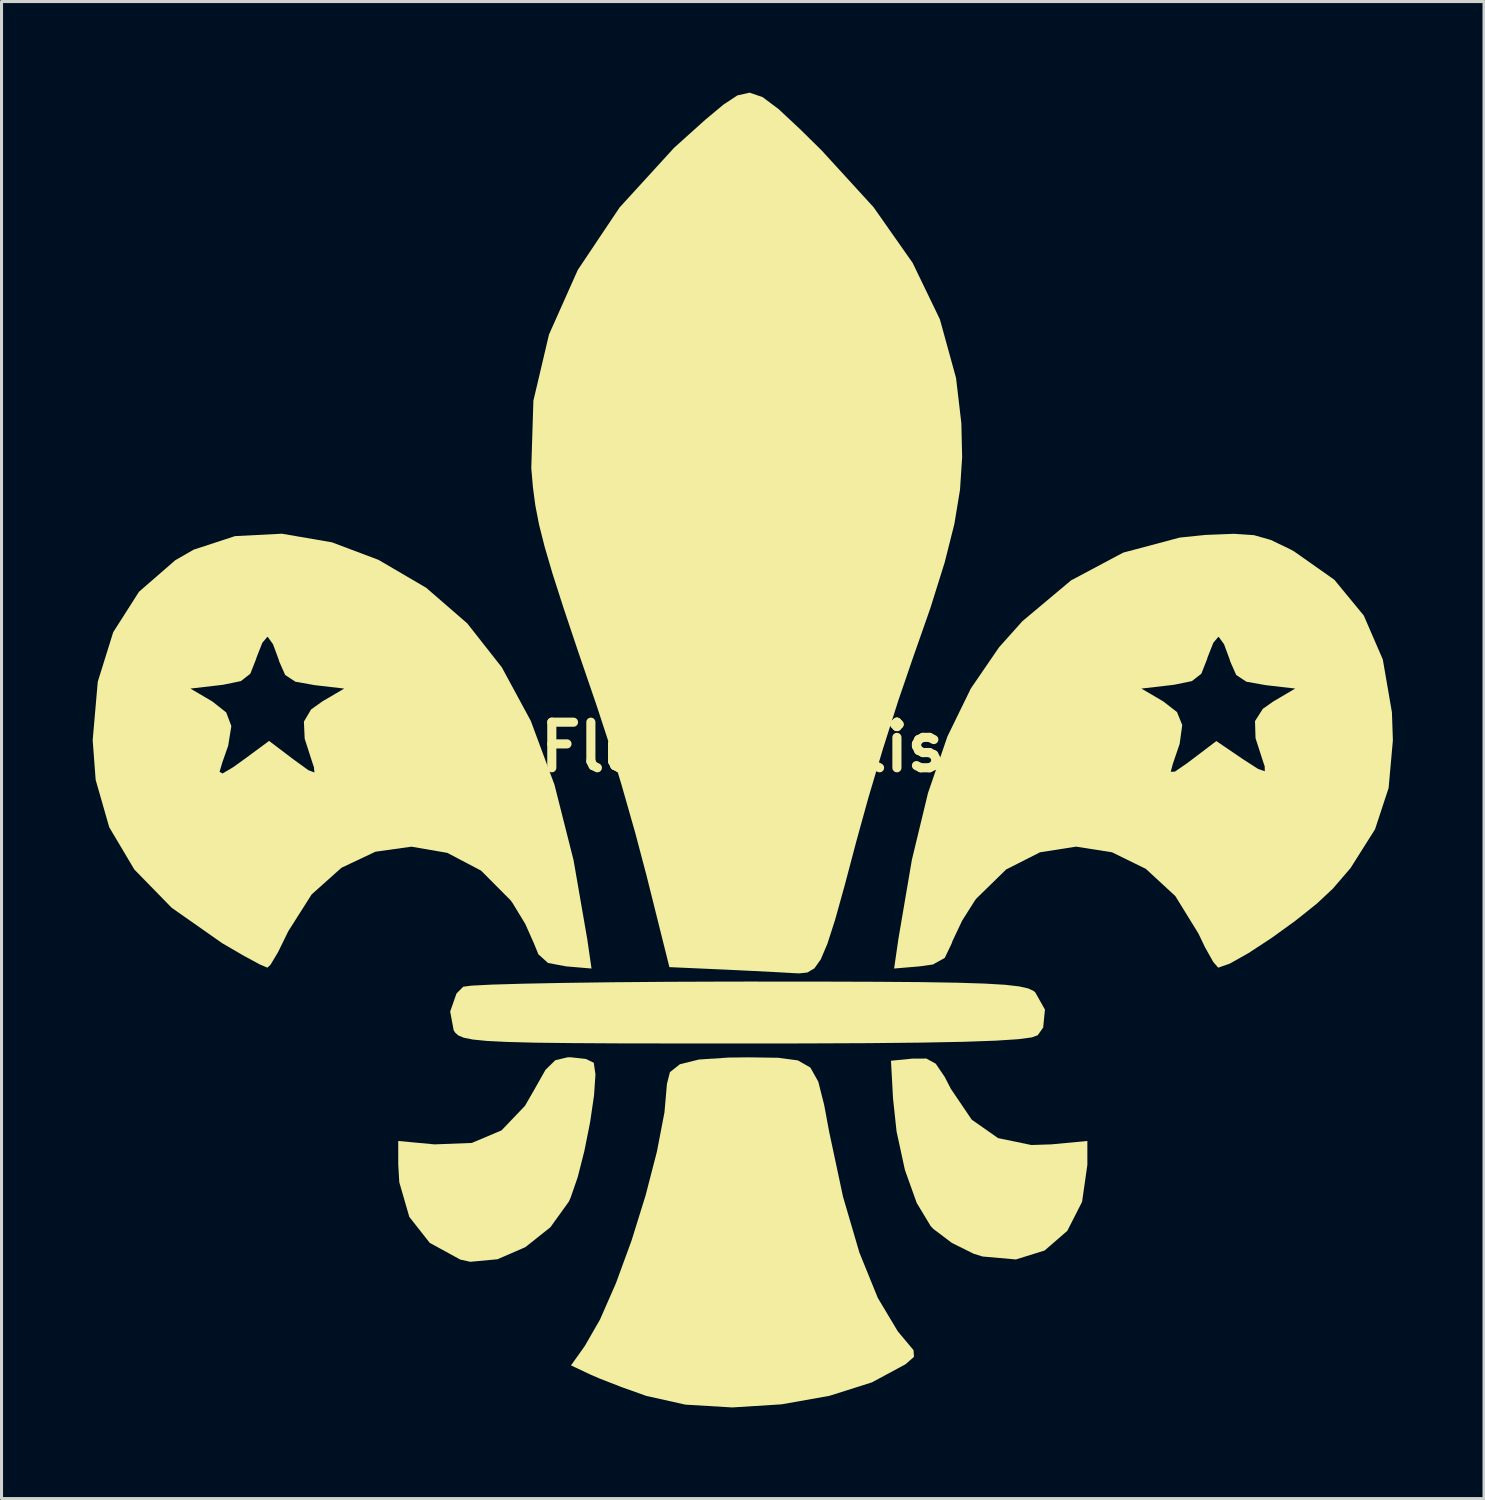
<source format=kicad_pcb>
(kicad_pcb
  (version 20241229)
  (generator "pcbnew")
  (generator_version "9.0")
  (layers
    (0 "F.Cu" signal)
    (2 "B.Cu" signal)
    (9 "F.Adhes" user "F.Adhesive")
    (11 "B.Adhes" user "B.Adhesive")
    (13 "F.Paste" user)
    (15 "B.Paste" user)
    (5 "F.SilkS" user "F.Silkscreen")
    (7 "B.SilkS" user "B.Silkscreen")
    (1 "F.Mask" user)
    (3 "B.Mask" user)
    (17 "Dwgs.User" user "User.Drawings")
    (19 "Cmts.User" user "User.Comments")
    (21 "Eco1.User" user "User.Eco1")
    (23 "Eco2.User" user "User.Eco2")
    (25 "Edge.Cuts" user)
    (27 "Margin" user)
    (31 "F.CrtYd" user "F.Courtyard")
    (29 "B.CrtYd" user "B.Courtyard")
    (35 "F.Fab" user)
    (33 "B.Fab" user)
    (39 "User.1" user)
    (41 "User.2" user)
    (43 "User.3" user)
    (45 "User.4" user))
  (footprint "Fleur de lis"
    (layer "F.Cu")
    (at 21.395 21.538)
    (property "Reference" "Fleur de lis" (at 0 0 0) (layer "F.SilkS") (effects (font (size 1.5 1.5) (thickness 0.3))))
    (attr board_only exclude_from_pos_files exclude_from_bom)
    (fp_poly (pts (xy 6.348 10.416) (xy 6.643 10.85) (xy 6.847 11.245) (xy 7.533 12.258) (xy 8.4 12.866) (xy 9.496 13.093) (xy 10.149 13.072) (xy 11.339 12.96) (xy 11.339 13.744) (xy 11.165 14.963) (xy 10.679 15.917) (xy 9.934 16.564) (xy 8.987 16.859) (xy 7.89 16.762) (xy 7.597 16.671) (xy 6.881 16.316) (xy 6.271 15.855) (xy 6.184 15.763) (xy 5.723 14.999) (xy 5.335 13.915) (xy 5.059 12.642) (xy 4.944 11.566) (xy 4.876 10.319) (xy 5.596 10.249) (xy 6.04 10.248)) (stroke (width 0) (type solid)) (fill yes) (layer "F.SilkS"))
    (fp_poly (pts (xy -5.164 10.261) (xy -4.905 10.386) (xy -4.849 10.769) (xy -4.896 11.462) (xy -5.025 12.341) (xy -5.212 13.28) (xy -5.434 14.153) (xy -5.67 14.835) (xy -5.726 14.957) (xy -6.332 15.799) (xy -7.154 16.453) (xy -8.074 16.853) (xy -8.968 16.936) (xy -9.298 16.863) (xy -10.303 16.313) (xy -10.975 15.459) (xy -11.305 14.318) (xy -11.339 13.732) (xy -11.339 12.96) (xy -10.149 13.072) (xy -8.919 13.025) (xy -7.94 12.611) (xy -7.169 11.804) (xy -6.854 11.258) (xy -6.494 10.619) (xy -6.171 10.303) (xy -5.768 10.207) (xy -5.672 10.205)) (stroke (width 0) (type solid)) (fill yes) (layer "F.SilkS"))
    (fp_poly (pts (xy 1.164 10.222) (xy 1.811 10.308) (xy 2.223 10.544) (xy 2.484 11.009) (xy 2.679 11.781) (xy 2.841 12.654) (xy 3.298 14.797) (xy 3.838 16.636) (xy 4.443 18.126) (xy 5.098 19.221) (xy 5.301 19.465) (xy 5.618 19.844) (xy 5.633 20.065) (xy 5.357 20.305) (xy 5.343 20.315) (xy 4.249 20.904) (xy 2.85 21.347) (xy 1.274 21.627) (xy -0.348 21.729) (xy -1.888 21.637) (xy -3.175 21.35) (xy -3.986 21.061) (xy -4.715 20.777) (xy -5.038 20.637) (xy -5.654 20.345) (xy -5.201 19.709) (xy -4.7 18.838) (xy -4.175 17.64) (xy -3.661 16.237) (xy -3.199 14.751) (xy -2.825 13.304) (xy -2.578 12.017) (xy -2.497 11.084) (xy -2.399 10.695) (xy -2.069 10.434) (xy -1.445 10.28) (xy -0.464 10.215) (xy 0.198 10.208)) (stroke (width 0) (type solid)) (fill yes) (layer "F.SilkS"))
    (fp_poly (pts (xy 2.457 7.715) (xy 4.349 7.721) (xy 5.87 7.732) (xy 7.063 7.752) (xy 7.97 7.781) (xy 8.632 7.82) (xy 9.09 7.873) (xy 9.388 7.939) (xy 9.566 8.021) (xy 9.622 8.067) (xy 9.943 8.637) (xy 9.885 9.226) (xy 9.706 9.48) (xy 9.51 9.552) (xy 9.059 9.611) (xy 8.324 9.659) (xy 7.274 9.696) (xy 5.882 9.723) (xy 4.117 9.741) (xy 1.949 9.75) (xy 0.076 9.752) (xy -2.231 9.751) (xy -4.125 9.748) (xy -5.65 9.739) (xy -6.847 9.725) (xy -7.756 9.701) (xy -8.421 9.668) (xy -8.883 9.622) (xy -9.184 9.562) (xy -9.365 9.486) (xy -9.468 9.392) (xy -9.516 9.315) (xy -9.63 8.7) (xy -9.423 8.108) (xy -9.201 7.884) (xy -8.928 7.848) (xy -8.251 7.814) (xy -7.22 7.784) (xy -5.883 7.758) (xy -4.292 7.737) (xy -2.495 7.722) (xy -0.543 7.715) (xy 0.154 7.714)) (stroke (width 0) (type solid)) (fill yes) (layer "F.SilkS"))
    (fp_poly (pts (xy 0.648 -21.394) (xy 1.181 -20.995) (xy 1.902 -20.32) (xy 2.597 -19.635) (xy 4.302 -17.77) (xy 5.589 -15.937) (xy 6.485 -14.081) (xy 7.017 -12.151) (xy 7.192 -10.659) (xy 7.218 -9.547) (xy 7.148 -8.474) (xy 6.963 -7.349) (xy 6.644 -6.081) (xy 6.173 -4.577) (xy 5.576 -2.873) (xy 5.118 -1.536) (xy 4.616 0.042) (xy 4.134 1.659) (xy 3.746 3.062) (xy 3.349 4.562) (xy 3.038 5.679) (xy 2.785 6.467) (xy 2.567 6.982) (xy 2.355 7.28) (xy 2.125 7.416) (xy 1.851 7.445) (xy 1.702 7.438) (xy 1.137 7.406) (xy 0.295 7.363) (xy -0.646 7.318) (xy -0.698 7.316) (xy -2.416 7.239) (xy -3.164 4.243) (xy -3.542 2.813) (xy -3.992 1.235) (xy -4.455 -0.283) (xy -4.808 -1.361) (xy -5.419 -3.146) (xy -5.896 -4.57) (xy -6.258 -5.697) (xy -6.521 -6.594) (xy -6.706 -7.325) (xy -6.828 -7.957) (xy -6.907 -8.554) (xy -6.961 -9.183) (xy -6.961 -9.184) (xy -6.892 -11.4) (xy -6.378 -13.58) (xy -5.43 -15.706) (xy -4.055 -17.76) (xy -2.262 -19.724) (xy -1.232 -20.65) (xy -0.639 -21.144) (xy -0.181 -21.447) (xy 0.221 -21.538)) (stroke (width 0) (type solid)) (fill yes) (layer "F.SilkS"))
    (fp_poly (pts (xy -13.522 -6.741) (xy -11.988 -6.163) (xy -10.417 -5.243) (xy -9.07 -4.075) (xy -7.93 -2.626) (xy -6.978 -0.866) (xy -6.197 1.239) (xy -5.57 3.72) (xy -5.121 6.307) (xy -4.979 7.285) (xy -5.817 7.214) (xy -6.411 7.102) (xy -6.728 6.816) (xy -6.872 6.463) (xy -7.158 5.819) (xy -7.577 5.13) (xy -7.641 5.041) (xy -8.612 4.064) (xy -9.724 3.479) (xy -10.906 3.275) (xy -12.091 3.441) (xy -13.208 3.969) (xy -14.189 4.846) (xy -14.962 6.064) (xy -14.995 6.135) (xy -15.3 6.756) (xy -15.546 7.164) (xy -15.645 7.257) (xy -15.898 7.149) (xy -16.424 6.864) (xy -17.113 6.463) (xy -17.136 6.449) (xy -18.793 5.287) (xy -20.023 4.028) (xy -20.85 2.636) (xy -21.297 1.076) (xy -21.395 -0.227) (xy -21.247 -1.928) (xy -18.179 -1.928) (xy -17.458 -1.504) (xy -17 -1.142) (xy -16.832 -0.694) (xy -16.936 -0.046) (xy -17.131 0.51) (xy -17.22 0.813) (xy -17.119 0.866) (xy -16.766 0.656) (xy -16.343 0.351) (xy -15.59 -0.205) (xy -14.781 0.408) (xy -14.298 0.757) (xy -14.098 0.834) (xy -14.114 0.657) (xy -14.146 0.567) (xy -14.418 -0.276) (xy -14.444 -0.84) (xy -14.208 -1.24) (xy -13.839 -1.504) (xy -13.117 -1.928) (xy -14.092 -2.041) (xy -14.724 -2.154) (xy -15.06 -2.375) (xy -15.255 -2.816) (xy -15.277 -2.892) (xy -15.461 -3.388) (xy -15.632 -3.625) (xy -15.648 -3.629) (xy -15.812 -3.435) (xy -15.999 -2.961) (xy -16.02 -2.892) (xy -16.208 -2.416) (xy -16.517 -2.174) (xy -17.104 -2.053) (xy -17.205 -2.041) (xy -18.179 -1.928) (xy -21.247 -1.928) (xy -21.227 -2.155) (xy -20.719 -3.784) (xy -19.87 -5.115) (xy -18.679 -6.15) (xy -18.075 -6.498) (xy -16.711 -6.945) (xy -15.167 -7.024)) (stroke (width 0) (type solid)) (fill yes) (layer "F.SilkS"))
    (fp_poly (pts (xy 16.82 -6.977) (xy 17.376 -6.819) (xy 18.006 -6.516) (xy 18.142 -6.442) (xy 19.466 -5.509) (xy 20.435 -4.332) (xy 21.062 -2.885) (xy 21.362 -1.144) (xy 21.393 -0.227) (xy 21.253 1.343) (xy 20.806 2.702) (xy 20 3.979) (xy 19.416 4.658) (xy 18.891 5.149) (xy 18.182 5.715) (xy 17.397 6.282) (xy 16.641 6.777) (xy 16.021 7.126) (xy 15.645 7.257) (xy 15.481 7.068) (xy 15.209 6.583) (xy 14.995 6.135) (xy 14.234 4.901) (xy 13.263 4.005) (xy 12.151 3.46) (xy 10.968 3.274) (xy 9.783 3.459) (xy 8.666 4.025) (xy 7.687 4.981) (xy 7.641 5.041) (xy 7.217 5.711) (xy 6.9 6.381) (xy 6.872 6.463) (xy 6.645 6.936) (xy 6.257 7.152) (xy 5.817 7.214) (xy 4.979 7.285) (xy 5.121 6.307) (xy 5.563 3.712) (xy 6.094 1.511) (xy 6.734 -0.352) (xy 7.503 -1.928) (xy 13.117 -1.928) (xy 13.839 -1.504) (xy 14.288 -1.155) (xy 14.461 -0.728) (xy 14.376 -0.108) (xy 14.146 0.567) (xy 14.083 0.811) (xy 14.218 0.805) (xy 14.617 0.532) (xy 14.778 0.41) (xy 15.583 -0.2) (xy 16.446 0.387) (xy 16.959 0.718) (xy 17.178 0.793) (xy 17.174 0.628) (xy 17.144 0.544) (xy 16.873 -0.294) (xy 16.856 -0.857) (xy 17.111 -1.259) (xy 17.458 -1.504) (xy 18.179 -1.928) (xy 17.205 -2.041) (xy 16.572 -2.154) (xy 16.237 -2.375) (xy 16.042 -2.816) (xy 16.02 -2.892) (xy 15.836 -3.388) (xy 15.664 -3.625) (xy 15.648 -3.629) (xy 15.484 -3.435) (xy 15.297 -2.961) (xy 15.277 -2.892) (xy 15.089 -2.416) (xy 14.779 -2.174) (xy 14.192 -2.053) (xy 14.092 -2.041) (xy 13.117 -1.928) (xy 7.503 -1.928) (xy 7.505 -1.932) (xy 8.43 -3.283) (xy 9.199 -4.144) (xy 10.803 -5.489) (xy 12.519 -6.402) (xy 14.378 -6.897) (xy 15.226 -6.984) (xy 16.161 -7.021)) (stroke (width 0) (type solid)) (fill yes) (layer "F.SilkS")))
  (gr_rect
    (start -3 -3)
    (end 45.788 46.267)
    (stroke (width 0.1) (type default))
    (fill no)
    (layer "Edge.Cuts")))
</source>
